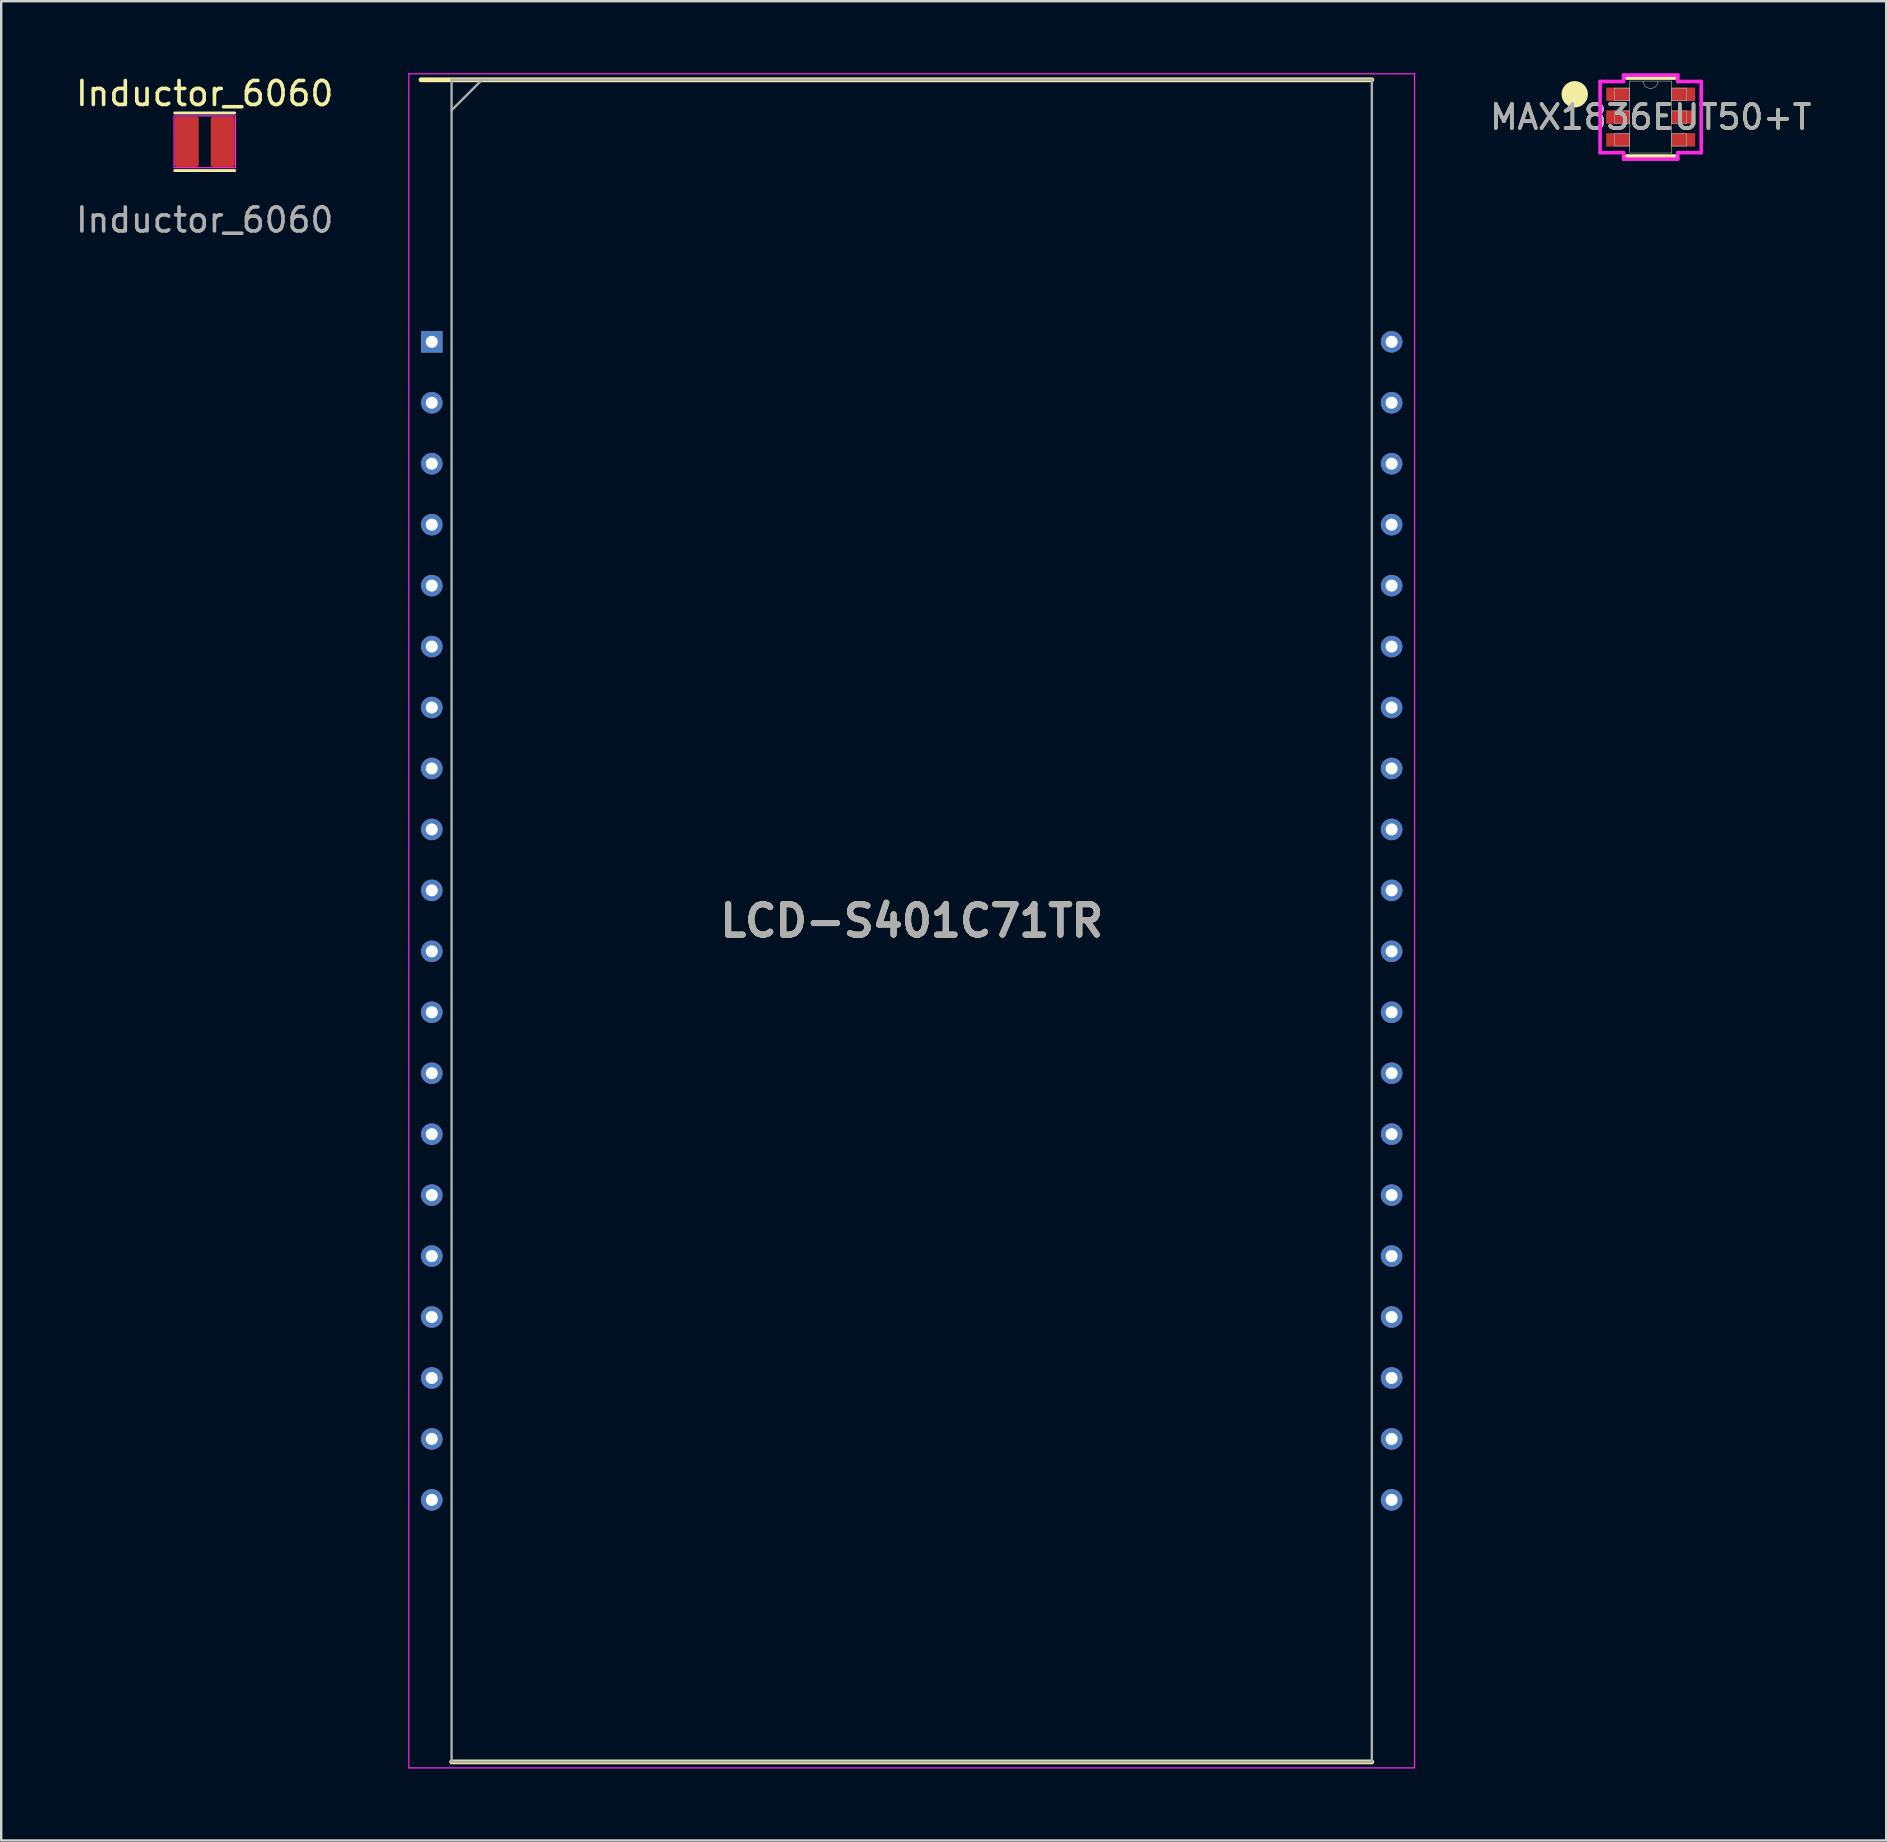
<source format=kicad_pcb>
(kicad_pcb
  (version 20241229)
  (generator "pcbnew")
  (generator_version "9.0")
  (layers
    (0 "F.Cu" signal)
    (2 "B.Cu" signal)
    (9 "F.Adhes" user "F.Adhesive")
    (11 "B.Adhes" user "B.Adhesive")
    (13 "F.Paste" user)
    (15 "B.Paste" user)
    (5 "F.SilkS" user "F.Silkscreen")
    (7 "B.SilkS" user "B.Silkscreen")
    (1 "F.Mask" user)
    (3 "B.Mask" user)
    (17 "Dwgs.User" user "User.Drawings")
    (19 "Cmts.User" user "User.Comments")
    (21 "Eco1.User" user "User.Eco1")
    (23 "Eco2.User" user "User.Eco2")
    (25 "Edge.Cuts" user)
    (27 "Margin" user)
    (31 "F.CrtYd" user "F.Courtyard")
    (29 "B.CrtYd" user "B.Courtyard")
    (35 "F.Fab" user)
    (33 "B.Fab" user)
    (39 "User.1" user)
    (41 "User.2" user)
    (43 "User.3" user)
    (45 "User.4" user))
  (footprint "LCD-S401C71TR"
    (layer "F.Cu")
    (at 34.944 35.325)
    (property "Reference" "LCD-S401C71TR" (at 0 0 0) (layer "F.SilkS") (effects (font (size 1.27 1.27) (thickness 0.254))))
    (attr through_hole)
    (fp_line (start -20.45 -35.05) (end 19.175 -35.05) (stroke (width 0.2) (type solid)) (layer "F.SilkS"))
    (fp_line (start -19.175 35.05) (end 19.175 35.05) (stroke (width 0.2) (type solid)) (layer "F.SilkS"))
    (fp_line (start -20.955 -35.3) (end 20.955 -35.3) (stroke (width 0.05) (type solid)) (layer "F.CrtYd"))
    (fp_line (start -20.955 35.3) (end -20.955 -35.3) (stroke (width 0.05) (type solid)) (layer "F.CrtYd"))
    (fp_line (start 20.955 -35.3) (end 20.955 35.3) (stroke (width 0.05) (type solid)) (layer "F.CrtYd"))
    (fp_line (start 20.955 35.3) (end -20.955 35.3) (stroke (width 0.05) (type solid)) (layer "F.CrtYd"))
    (fp_line (start -19.175 -35.05) (end 19.175 -35.05) (stroke (width 0.1) (type solid)) (layer "F.Fab"))
    (fp_line (start -19.175 -33.78) (end -17.905 -35.05) (stroke (width 0.1) (type solid)) (layer "F.Fab"))
    (fp_line (start -19.175 35.05) (end -19.175 -35.05) (stroke (width 0.1) (type solid)) (layer "F.Fab"))
    (fp_line (start 19.175 -35.05) (end 19.175 35.05) (stroke (width 0.1) (type solid)) (layer "F.Fab"))
    (fp_line (start 19.175 35.05) (end -19.175 35.05) (stroke (width 0.1) (type solid)) (layer "F.Fab"))
    (fp_text user "${REFERENCE}" (at 0 0 0) (layer "F.Fab") (effects (font (size 1.27 1.27) (thickness 0.254))))
    (pad "1" thru_hole rect (at -20 -24.13) (size 0.9 0.9) (drill 0.5) (layers "*.Cu" "*.Mask"))
    (pad "2" thru_hole circle (at -20 -21.59) (size 0.9 0.9) (drill 0.5) (layers "*.Cu" "*.Mask"))
    (pad "3" thru_hole circle (at -20 -19.05) (size 0.9 0.9) (drill 0.5) (layers "*.Cu" "*.Mask"))
    (pad "4" thru_hole circle (at -20 -16.51) (size 0.9 0.9) (drill 0.5) (layers "*.Cu" "*.Mask"))
    (pad "5" thru_hole circle (at -20 -13.97) (size 0.9 0.9) (drill 0.5) (layers "*.Cu" "*.Mask"))
    (pad "6" thru_hole circle (at -20 -11.43) (size 0.9 0.9) (drill 0.5) (layers "*.Cu" "*.Mask"))
    (pad "7" thru_hole circle (at -20 -8.89) (size 0.9 0.9) (drill 0.5) (layers "*.Cu" "*.Mask"))
    (pad "8" thru_hole circle (at -20 -6.35) (size 0.9 0.9) (drill 0.5) (layers "*.Cu" "*.Mask"))
    (pad "9" thru_hole circle (at -20 -3.81) (size 0.9 0.9) (drill 0.5) (layers "*.Cu" "*.Mask"))
    (pad "10" thru_hole circle (at -20 -1.27) (size 0.9 0.9) (drill 0.5) (layers "*.Cu" "*.Mask"))
    (pad "11" thru_hole circle (at -20 1.27) (size 0.9 0.9) (drill 0.5) (layers "*.Cu" "*.Mask"))
    (pad "12" thru_hole circle (at -20 3.81) (size 0.9 0.9) (drill 0.5) (layers "*.Cu" "*.Mask"))
    (pad "13" thru_hole circle (at -20 6.35) (size 0.9 0.9) (drill 0.5) (layers "*.Cu" "*.Mask"))
    (pad "14" thru_hole circle (at -20 8.89) (size 0.9 0.9) (drill 0.5) (layers "*.Cu" "*.Mask"))
    (pad "15" thru_hole circle (at -20 11.43) (size 0.9 0.9) (drill 0.5) (layers "*.Cu" "*.Mask"))
    (pad "16" thru_hole circle (at -20 13.97) (size 0.9 0.9) (drill 0.5) (layers "*.Cu" "*.Mask"))
    (pad "17" thru_hole circle (at -20 16.51) (size 0.9 0.9) (drill 0.5) (layers "*.Cu" "*.Mask"))
    (pad "18" thru_hole circle (at -20 19.05) (size 0.9 0.9) (drill 0.5) (layers "*.Cu" "*.Mask"))
    (pad "19" thru_hole circle (at -20 21.59) (size 0.9 0.9) (drill 0.5) (layers "*.Cu" "*.Mask"))
    (pad "20" thru_hole circle (at -20 24.13) (size 0.9 0.9) (drill 0.5) (layers "*.Cu" "*.Mask"))
    (pad "21" thru_hole circle (at 20 24.13) (size 0.9 0.9) (drill 0.5) (layers "*.Cu" "*.Mask"))
    (pad "22" thru_hole circle (at 20 21.59) (size 0.9 0.9) (drill 0.5) (layers "*.Cu" "*.Mask"))
    (pad "23" thru_hole circle (at 20 19.05) (size 0.9 0.9) (drill 0.5) (layers "*.Cu" "*.Mask"))
    (pad "24" thru_hole circle (at 20 16.51) (size 0.9 0.9) (drill 0.5) (layers "*.Cu" "*.Mask"))
    (pad "25" thru_hole circle (at 20 13.97) (size 0.9 0.9) (drill 0.5) (layers "*.Cu" "*.Mask"))
    (pad "26" thru_hole circle (at 20 11.43) (size 0.9 0.9) (drill 0.5) (layers "*.Cu" "*.Mask"))
    (pad "27" thru_hole circle (at 20 8.89) (size 0.9 0.9) (drill 0.5) (layers "*.Cu" "*.Mask"))
    (pad "28" thru_hole circle (at 20 6.35) (size 0.9 0.9) (drill 0.5) (layers "*.Cu" "*.Mask"))
    (pad "29" thru_hole circle (at 20 3.81) (size 0.9 0.9) (drill 0.5) (layers "*.Cu" "*.Mask"))
    (pad "30" thru_hole circle (at 20 1.27) (size 0.9 0.9) (drill 0.5) (layers "*.Cu" "*.Mask"))
    (pad "31" thru_hole circle (at 20 -1.27) (size 0.9 0.9) (drill 0.5) (layers "*.Cu" "*.Mask"))
    (pad "32" thru_hole circle (at 20 -3.81) (size 0.9 0.9) (drill 0.5) (layers "*.Cu" "*.Mask"))
    (pad "33" thru_hole circle (at 20 -6.35) (size 0.9 0.9) (drill 0.5) (layers "*.Cu" "*.Mask"))
    (pad "34" thru_hole circle (at 20 -8.89) (size 0.9 0.9) (drill 0.5) (layers "*.Cu" "*.Mask"))
    (pad "35" thru_hole circle (at 20 -11.43) (size 0.9 0.9) (drill 0.5) (layers "*.Cu" "*.Mask"))
    (pad "36" thru_hole circle (at 20 -13.97) (size 0.9 0.9) (drill 0.5) (layers "*.Cu" "*.Mask"))
    (pad "37" thru_hole circle (at 20 -16.51) (size 0.9 0.9) (drill 0.5) (layers "*.Cu" "*.Mask"))
    (pad "38" thru_hole circle (at 20 -19.05) (size 0.9 0.9) (drill 0.5) (layers "*.Cu" "*.Mask"))
    (pad "39" thru_hole circle (at 20 -21.59) (size 0.9 0.9) (drill 0.5) (layers "*.Cu" "*.Mask"))
    (pad "40" thru_hole circle (at 20 -24.13) (size 0.9 0.9) (drill 0.5) (layers "*.Cu" "*.Mask")))
  (footprint "MAX1836EUT50+T"
    (layer "F.Cu")
    (at 65.74 1.829)
    (property "Reference" "MAX1836EUT50+T" (at 0 0 0) (unlocked yes) (layer "F.SilkS") (effects (font (size 1 1) (thickness 0.15))))
    (attr smd)
    (fp_line (start -1.003 1.626) (end 1.003 1.626) (stroke (width 0.152) (type solid)) (layer "F.SilkS"))
    (fp_line (start 1.003 -1.626) (end -1.003 -1.626) (stroke (width 0.152) (type solid)) (layer "F.SilkS"))
    (fp_circle (center -3.165 -0.95) (end -2.665 -0.95) (stroke (width 0.1) (type solid)) (fill yes) (layer "F.SilkS"))
    (fp_line (start -2.108 -1.483) (end -1.13 -1.483) (stroke (width 0.152) (type solid)) (layer "F.CrtYd"))
    (fp_line (start -2.108 1.483) (end -2.108 -1.483) (stroke (width 0.152) (type solid)) (layer "F.CrtYd"))
    (fp_line (start -2.108 1.483) (end -1.13 1.483) (stroke (width 0.152) (type solid)) (layer "F.CrtYd"))
    (fp_line (start -1.13 -1.753) (end 1.13 -1.753) (stroke (width 0.152) (type solid)) (layer "F.CrtYd"))
    (fp_line (start -1.13 -1.483) (end -1.13 -1.753) (stroke (width 0.152) (type solid)) (layer "F.CrtYd"))
    (fp_line (start -1.13 1.753) (end -1.13 1.483) (stroke (width 0.152) (type solid)) (layer "F.CrtYd"))
    (fp_line (start 1.13 -1.753) (end 1.13 -1.483) (stroke (width 0.152) (type solid)) (layer "F.CrtYd"))
    (fp_line (start 1.13 1.483) (end 1.13 1.753) (stroke (width 0.152) (type solid)) (layer "F.CrtYd"))
    (fp_line (start 1.13 1.753) (end -1.13 1.753) (stroke (width 0.152) (type solid)) (layer "F.CrtYd"))
    (fp_line (start 2.108 -1.483) (end 1.13 -1.483) (stroke (width 0.152) (type solid)) (layer "F.CrtYd"))
    (fp_line (start 2.108 -1.483) (end 2.108 1.483) (stroke (width 0.152) (type solid)) (layer "F.CrtYd"))
    (fp_line (start 2.108 1.483) (end 1.13 1.483) (stroke (width 0.152) (type solid)) (layer "F.CrtYd"))
    (fp_line (start -1.499 -1.204) (end -1.499 -0.696) (stroke (width 0.025) (type solid)) (layer "F.Fab"))
    (fp_line (start -1.499 -0.696) (end -0.876 -0.696) (stroke (width 0.025) (type solid)) (layer "F.Fab"))
    (fp_line (start -1.499 -0.254) (end -1.499 0.254) (stroke (width 0.025) (type solid)) (layer "F.Fab"))
    (fp_line (start -1.499 0.254) (end -0.876 0.254) (stroke (width 0.025) (type solid)) (layer "F.Fab"))
    (fp_line (start -1.499 0.696) (end -1.499 1.204) (stroke (width 0.025) (type solid)) (layer "F.Fab"))
    (fp_line (start -1.499 1.204) (end -0.876 1.204) (stroke (width 0.025) (type solid)) (layer "F.Fab"))
    (fp_line (start -0.876 -1.499) (end -0.876 1.499) (stroke (width 0.025) (type solid)) (layer "F.Fab"))
    (fp_line (start -0.876 -1.204) (end -1.499 -1.204) (stroke (width 0.025) (type solid)) (layer "F.Fab"))
    (fp_line (start -0.876 -0.696) (end -0.876 -1.204) (stroke (width 0.025) (type solid)) (layer "F.Fab"))
    (fp_line (start -0.876 -0.254) (end -1.499 -0.254) (stroke (width 0.025) (type solid)) (layer "F.Fab"))
    (fp_line (start -0.876 0.254) (end -0.876 -0.254) (stroke (width 0.025) (type solid)) (layer "F.Fab"))
    (fp_line (start -0.876 0.696) (end -1.499 0.696) (stroke (width 0.025) (type solid)) (layer "F.Fab"))
    (fp_line (start -0.876 1.204) (end -0.876 0.696) (stroke (width 0.025) (type solid)) (layer "F.Fab"))
    (fp_line (start -0.876 1.499) (end 0.876 1.499) (stroke (width 0.025) (type solid)) (layer "F.Fab"))
    (fp_line (start 0.876 -1.499) (end -0.876 -1.499) (stroke (width 0.025) (type solid)) (layer "F.Fab"))
    (fp_line (start 0.876 -1.204) (end 0.876 -0.696) (stroke (width 0.025) (type solid)) (layer "F.Fab"))
    (fp_line (start 0.876 -0.696) (end 1.499 -0.696) (stroke (width 0.025) (type solid)) (layer "F.Fab"))
    (fp_line (start 0.876 -0.254) (end 0.876 0.254) (stroke (width 0.025) (type solid)) (layer "F.Fab"))
    (fp_line (start 0.876 0.254) (end 1.499 0.254) (stroke (width 0.025) (type solid)) (layer "F.Fab"))
    (fp_line (start 0.876 0.696) (end 0.876 1.204) (stroke (width 0.025) (type solid)) (layer "F.Fab"))
    (fp_line (start 0.876 1.204) (end 1.499 1.204) (stroke (width 0.025) (type solid)) (layer "F.Fab"))
    (fp_line (start 0.876 1.499) (end 0.876 -1.499) (stroke (width 0.025) (type solid)) (layer "F.Fab"))
    (fp_line (start 1.499 -1.204) (end 0.876 -1.204) (stroke (width 0.025) (type solid)) (layer "F.Fab"))
    (fp_line (start 1.499 -0.696) (end 1.499 -1.204) (stroke (width 0.025) (type solid)) (layer "F.Fab"))
    (fp_line (start 1.499 -0.254) (end 0.876 -0.254) (stroke (width 0.025) (type solid)) (layer "F.Fab"))
    (fp_line (start 1.499 0.254) (end 1.499 -0.254) (stroke (width 0.025) (type solid)) (layer "F.Fab"))
    (fp_line (start 1.499 0.696) (end 0.876 0.696) (stroke (width 0.025) (type solid)) (layer "F.Fab"))
    (fp_line (start 1.499 1.204) (end 1.499 0.696) (stroke (width 0.025) (type solid)) (layer "F.Fab"))
    (fp_arc (start 0.3048 -1.4986) (mid 0 -1.1938) (end -0.3048 -1.4986) (stroke (width 0.0254) (type solid)) (layer "F.Fab"))
    (fp_text user "${REFERENCE}" (at 0 0 0) (unlocked yes) (layer "F.Fab") (effects (font (size 1 1) (thickness 0.15))))
    (pad "1" smd rect (at -1.365 -0.95) (size 0.978 0.559) (layers "F.Cu" "F.Mask" "F.Paste"))
    (pad "2" smd rect (at -1.365 0) (size 0.978 0.559) (layers "F.Cu" "F.Mask" "F.Paste"))
    (pad "3" smd rect (at -1.365 0.95) (size 0.978 0.559) (layers "F.Cu" "F.Mask" "F.Paste"))
    (pad "4" smd rect (at 1.365 0.95) (size 0.978 0.559) (layers "F.Cu" "F.Mask" "F.Paste"))
    (pad "5" smd rect (at 1.365 0) (size 0.978 0.559) (layers "F.Cu" "F.Mask" "F.Paste"))
    (pad "6" smd rect (at 1.365 -0.95) (size 0.978 0.559) (layers "F.Cu" "F.Mask" "F.Paste")))
  (footprint "Inductor_6060"
    (layer "F.Cu")
    (at 5.482 2.858)
    (property "Reference" "Inductor_6060" (at 0 -2.01 0) (layer "F.SilkS") (effects (font (size 1 1) (thickness 0.15))))
    (attr smd)
    (fp_line (start -1.25 -1.2) (end 1.25 -1.2) (stroke (width 0.12) (type solid)) (layer "F.SilkS"))
    (fp_line (start -1.25 1.2) (end 1.25 1.2) (stroke (width 0.12) (type solid)) (layer "F.SilkS"))
    (fp_rect (start -1.28 -1.08) (end 1.28 1.08) (stroke (width 0.05) (type default)) (fill no) (layer "F.CrtYd"))
    (fp_text user "${REFERENCE}" (at 0 3.26 0) (layer "F.Fab") (effects (font (size 1 1) (thickness 0.15))))
    (pad "1" smd roundrect (at -0.75 0) (size 1 2.1) (layers "F.Cu" "F.Mask" "F.Paste") (roundrect_rratio 0.1))
    (pad "2" smd roundrect (at 0.75 0) (size 1 2.1) (layers "F.Cu" "F.Mask" "F.Paste") (roundrect_rratio 0.1)))
  (gr_rect
    (start -3 -3)
    (end 75.555 73.65)
    (stroke (width 0.1) (type default))
    (fill no)
    (layer "Edge.Cuts")))
</source>
